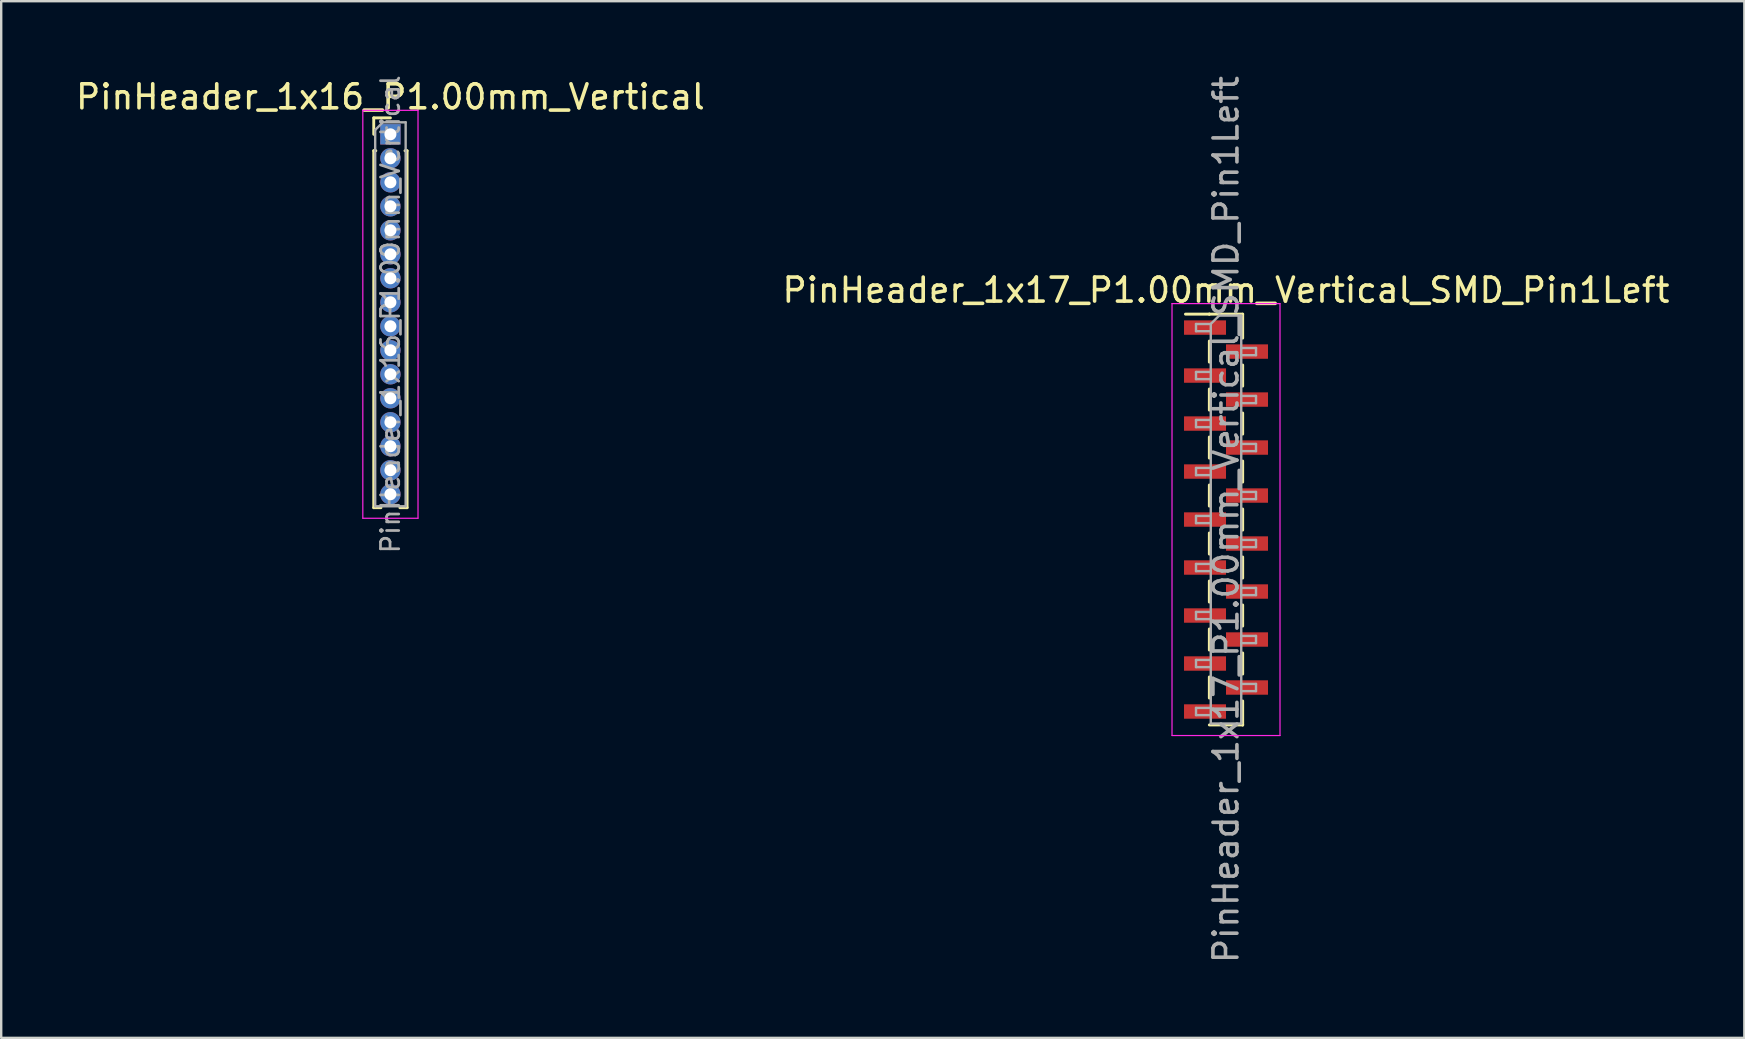
<source format=kicad_pcb>
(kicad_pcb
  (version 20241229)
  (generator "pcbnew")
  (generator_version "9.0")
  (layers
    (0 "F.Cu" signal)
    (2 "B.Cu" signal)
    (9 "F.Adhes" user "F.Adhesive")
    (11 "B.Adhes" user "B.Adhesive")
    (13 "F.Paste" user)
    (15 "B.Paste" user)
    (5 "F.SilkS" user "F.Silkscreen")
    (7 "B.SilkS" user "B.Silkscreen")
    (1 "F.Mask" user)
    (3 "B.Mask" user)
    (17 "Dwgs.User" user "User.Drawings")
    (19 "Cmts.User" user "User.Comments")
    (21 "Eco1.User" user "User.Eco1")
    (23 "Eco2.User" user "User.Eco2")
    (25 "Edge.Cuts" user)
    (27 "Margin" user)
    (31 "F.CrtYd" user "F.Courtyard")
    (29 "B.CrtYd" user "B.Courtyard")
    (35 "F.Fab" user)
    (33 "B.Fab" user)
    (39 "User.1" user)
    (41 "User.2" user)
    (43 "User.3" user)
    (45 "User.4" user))
  (footprint "PinHeader_1x17_P1.00mm_Vertical_SMD_Pin1Left"
    (layer "F.Cu")
    (at 48.042 18.601)
    (property "Reference" "PinHeader_1x17_P1.00mm_Vertical_SMD_Pin1Left" (at 0 -9.56 0) (layer "F.SilkS") (effects (font (size 1 1) (thickness 0.15))))
    (attr smd)
    (fp_line (start -0.695 -8.56) (end -1.69 -8.56) (stroke (width 0.12) (type solid)) (layer "F.SilkS"))
    (fp_line (start -0.695 -8.56) (end -0.695 -8.56) (stroke (width 0.12) (type solid)) (layer "F.SilkS"))
    (fp_line (start -0.695 -8.56) (end 0.695 -8.56) (stroke (width 0.12) (type solid)) (layer "F.SilkS"))
    (fp_line (start -0.695 -7.44) (end -0.695 -6.56) (stroke (width 0.12) (type solid)) (layer "F.SilkS"))
    (fp_line (start -0.695 -5.44) (end -0.695 -4.56) (stroke (width 0.12) (type solid)) (layer "F.SilkS"))
    (fp_line (start -0.695 -3.44) (end -0.695 -2.56) (stroke (width 0.12) (type solid)) (layer "F.SilkS"))
    (fp_line (start -0.695 -1.44) (end -0.695 -0.56) (stroke (width 0.12) (type solid)) (layer "F.SilkS"))
    (fp_line (start -0.695 0.56) (end -0.695 1.44) (stroke (width 0.12) (type solid)) (layer "F.SilkS"))
    (fp_line (start -0.695 2.56) (end -0.695 3.44) (stroke (width 0.12) (type solid)) (layer "F.SilkS"))
    (fp_line (start -0.695 4.56) (end -0.695 5.44) (stroke (width 0.12) (type solid)) (layer "F.SilkS"))
    (fp_line (start -0.695 6.56) (end -0.695 7.44) (stroke (width 0.12) (type solid)) (layer "F.SilkS"))
    (fp_line (start -0.695 8.56) (end 0.695 8.56) (stroke (width 0.12) (type solid)) (layer "F.SilkS"))
    (fp_line (start 0.695 -8.56) (end 0.695 -7.56) (stroke (width 0.12) (type solid)) (layer "F.SilkS"))
    (fp_line (start 0.695 -6.44) (end 0.695 -5.56) (stroke (width 0.12) (type solid)) (layer "F.SilkS"))
    (fp_line (start 0.695 -4.44) (end 0.695 -3.56) (stroke (width 0.12) (type solid)) (layer "F.SilkS"))
    (fp_line (start 0.695 -2.44) (end 0.695 -1.56) (stroke (width 0.12) (type solid)) (layer "F.SilkS"))
    (fp_line (start 0.695 -0.44) (end 0.695 0.44) (stroke (width 0.12) (type solid)) (layer "F.SilkS"))
    (fp_line (start 0.695 1.56) (end 0.695 2.44) (stroke (width 0.12) (type solid)) (layer "F.SilkS"))
    (fp_line (start 0.695 3.56) (end 0.695 4.44) (stroke (width 0.12) (type solid)) (layer "F.SilkS"))
    (fp_line (start 0.695 5.56) (end 0.695 6.44) (stroke (width 0.12) (type solid)) (layer "F.SilkS"))
    (fp_line (start 0.695 7.56) (end 0.695 8.56) (stroke (width 0.12) (type solid)) (layer "F.SilkS"))
    (fp_line (start 0.695 8.56) (end 0.695 8.56) (stroke (width 0.12) (type solid)) (layer "F.SilkS"))
    (fp_line (start -2.25 -9) (end -2.25 9) (stroke (width 0.05) (type solid)) (layer "F.CrtYd"))
    (fp_line (start -2.25 9) (end 2.25 9) (stroke (width 0.05) (type solid)) (layer "F.CrtYd"))
    (fp_line (start 2.25 -9) (end -2.25 -9) (stroke (width 0.05) (type solid)) (layer "F.CrtYd"))
    (fp_line (start 2.25 9) (end 2.25 -9) (stroke (width 0.05) (type solid)) (layer "F.CrtYd"))
    (fp_line (start -1.25 -8.15) (end -1.25 -7.85) (stroke (width 0.1) (type solid)) (layer "F.Fab"))
    (fp_line (start -1.25 -7.85) (end -0.635 -7.85) (stroke (width 0.1) (type solid)) (layer "F.Fab"))
    (fp_line (start -1.25 -6.15) (end -1.25 -5.85) (stroke (width 0.1) (type solid)) (layer "F.Fab"))
    (fp_line (start -1.25 -5.85) (end -0.635 -5.85) (stroke (width 0.1) (type solid)) (layer "F.Fab"))
    (fp_line (start -1.25 -4.15) (end -1.25 -3.85) (stroke (width 0.1) (type solid)) (layer "F.Fab"))
    (fp_line (start -1.25 -3.85) (end -0.635 -3.85) (stroke (width 0.1) (type solid)) (layer "F.Fab"))
    (fp_line (start -1.25 -2.15) (end -1.25 -1.85) (stroke (width 0.1) (type solid)) (layer "F.Fab"))
    (fp_line (start -1.25 -1.85) (end -0.635 -1.85) (stroke (width 0.1) (type solid)) (layer "F.Fab"))
    (fp_line (start -1.25 -0.15) (end -1.25 0.15) (stroke (width 0.1) (type solid)) (layer "F.Fab"))
    (fp_line (start -1.25 0.15) (end -0.635 0.15) (stroke (width 0.1) (type solid)) (layer "F.Fab"))
    (fp_line (start -1.25 1.85) (end -1.25 2.15) (stroke (width 0.1) (type solid)) (layer "F.Fab"))
    (fp_line (start -1.25 2.15) (end -0.635 2.15) (stroke (width 0.1) (type solid)) (layer "F.Fab"))
    (fp_line (start -1.25 3.85) (end -1.25 4.15) (stroke (width 0.1) (type solid)) (layer "F.Fab"))
    (fp_line (start -1.25 4.15) (end -0.635 4.15) (stroke (width 0.1) (type solid)) (layer "F.Fab"))
    (fp_line (start -1.25 5.85) (end -1.25 6.15) (stroke (width 0.1) (type solid)) (layer "F.Fab"))
    (fp_line (start -1.25 6.15) (end -0.635 6.15) (stroke (width 0.1) (type solid)) (layer "F.Fab"))
    (fp_line (start -1.25 7.85) (end -1.25 8.15) (stroke (width 0.1) (type solid)) (layer "F.Fab"))
    (fp_line (start -1.25 8.15) (end -0.635 8.15) (stroke (width 0.1) (type solid)) (layer "F.Fab"))
    (fp_line (start -0.635 -8.15) (end -1.25 -8.15) (stroke (width 0.1) (type solid)) (layer "F.Fab"))
    (fp_line (start -0.635 -8.15) (end -0.285 -8.5) (stroke (width 0.1) (type solid)) (layer "F.Fab"))
    (fp_line (start -0.635 -6.15) (end -1.25 -6.15) (stroke (width 0.1) (type solid)) (layer "F.Fab"))
    (fp_line (start -0.635 -4.15) (end -1.25 -4.15) (stroke (width 0.1) (type solid)) (layer "F.Fab"))
    (fp_line (start -0.635 -2.15) (end -1.25 -2.15) (stroke (width 0.1) (type solid)) (layer "F.Fab"))
    (fp_line (start -0.635 -0.15) (end -1.25 -0.15) (stroke (width 0.1) (type solid)) (layer "F.Fab"))
    (fp_line (start -0.635 1.85) (end -1.25 1.85) (stroke (width 0.1) (type solid)) (layer "F.Fab"))
    (fp_line (start -0.635 3.85) (end -1.25 3.85) (stroke (width 0.1) (type solid)) (layer "F.Fab"))
    (fp_line (start -0.635 5.85) (end -1.25 5.85) (stroke (width 0.1) (type solid)) (layer "F.Fab"))
    (fp_line (start -0.635 7.85) (end -1.25 7.85) (stroke (width 0.1) (type solid)) (layer "F.Fab"))
    (fp_line (start -0.635 8.5) (end -0.635 -8.15) (stroke (width 0.1) (type solid)) (layer "F.Fab"))
    (fp_line (start -0.285 -8.5) (end 0.635 -8.5) (stroke (width 0.1) (type solid)) (layer "F.Fab"))
    (fp_line (start 0.635 -8.5) (end 0.635 8.5) (stroke (width 0.1) (type solid)) (layer "F.Fab"))
    (fp_line (start 0.635 -7.15) (end 1.25 -7.15) (stroke (width 0.1) (type solid)) (layer "F.Fab"))
    (fp_line (start 0.635 -5.15) (end 1.25 -5.15) (stroke (width 0.1) (type solid)) (layer "F.Fab"))
    (fp_line (start 0.635 -3.15) (end 1.25 -3.15) (stroke (width 0.1) (type solid)) (layer "F.Fab"))
    (fp_line (start 0.635 -1.15) (end 1.25 -1.15) (stroke (width 0.1) (type solid)) (layer "F.Fab"))
    (fp_line (start 0.635 0.85) (end 1.25 0.85) (stroke (width 0.1) (type solid)) (layer "F.Fab"))
    (fp_line (start 0.635 2.85) (end 1.25 2.85) (stroke (width 0.1) (type solid)) (layer "F.Fab"))
    (fp_line (start 0.635 4.85) (end 1.25 4.85) (stroke (width 0.1) (type solid)) (layer "F.Fab"))
    (fp_line (start 0.635 6.85) (end 1.25 6.85) (stroke (width 0.1) (type solid)) (layer "F.Fab"))
    (fp_line (start 0.635 8.5) (end -0.635 8.5) (stroke (width 0.1) (type solid)) (layer "F.Fab"))
    (fp_line (start 1.25 -7.15) (end 1.25 -6.85) (stroke (width 0.1) (type solid)) (layer "F.Fab"))
    (fp_line (start 1.25 -6.85) (end 0.635 -6.85) (stroke (width 0.1) (type solid)) (layer "F.Fab"))
    (fp_line (start 1.25 -5.15) (end 1.25 -4.85) (stroke (width 0.1) (type solid)) (layer "F.Fab"))
    (fp_line (start 1.25 -4.85) (end 0.635 -4.85) (stroke (width 0.1) (type solid)) (layer "F.Fab"))
    (fp_line (start 1.25 -3.15) (end 1.25 -2.85) (stroke (width 0.1) (type solid)) (layer "F.Fab"))
    (fp_line (start 1.25 -2.85) (end 0.635 -2.85) (stroke (width 0.1) (type solid)) (layer "F.Fab"))
    (fp_line (start 1.25 -1.15) (end 1.25 -0.85) (stroke (width 0.1) (type solid)) (layer "F.Fab"))
    (fp_line (start 1.25 -0.85) (end 0.635 -0.85) (stroke (width 0.1) (type solid)) (layer "F.Fab"))
    (fp_line (start 1.25 0.85) (end 1.25 1.15) (stroke (width 0.1) (type solid)) (layer "F.Fab"))
    (fp_line (start 1.25 1.15) (end 0.635 1.15) (stroke (width 0.1) (type solid)) (layer "F.Fab"))
    (fp_line (start 1.25 2.85) (end 1.25 3.15) (stroke (width 0.1) (type solid)) (layer "F.Fab"))
    (fp_line (start 1.25 3.15) (end 0.635 3.15) (stroke (width 0.1) (type solid)) (layer "F.Fab"))
    (fp_line (start 1.25 4.85) (end 1.25 5.15) (stroke (width 0.1) (type solid)) (layer "F.Fab"))
    (fp_line (start 1.25 5.15) (end 0.635 5.15) (stroke (width 0.1) (type solid)) (layer "F.Fab"))
    (fp_line (start 1.25 6.85) (end 1.25 7.15) (stroke (width 0.1) (type solid)) (layer "F.Fab"))
    (fp_line (start 1.25 7.15) (end 0.635 7.15) (stroke (width 0.1) (type solid)) (layer "F.Fab"))
    (fp_text user "${REFERENCE}" (at 0 0 90) (layer "F.Fab") (effects (font (size 1 1) (thickness 0.15))))
    (pad "1" smd rect (at -0.875 -8) (size 1.75 0.6) (layers "F.Cu" "F.Mask" "F.Paste"))
    (pad "2" smd rect (at 0.875 -7) (size 1.75 0.6) (layers "F.Cu" "F.Mask" "F.Paste"))
    (pad "3" smd rect (at -0.875 -6) (size 1.75 0.6) (layers "F.Cu" "F.Mask" "F.Paste"))
    (pad "4" smd rect (at 0.875 -5) (size 1.75 0.6) (layers "F.Cu" "F.Mask" "F.Paste"))
    (pad "5" smd rect (at -0.875 -4) (size 1.75 0.6) (layers "F.Cu" "F.Mask" "F.Paste"))
    (pad "6" smd rect (at 0.875 -3) (size 1.75 0.6) (layers "F.Cu" "F.Mask" "F.Paste"))
    (pad "7" smd rect (at -0.875 -2) (size 1.75 0.6) (layers "F.Cu" "F.Mask" "F.Paste"))
    (pad "8" smd rect (at 0.875 -1) (size 1.75 0.6) (layers "F.Cu" "F.Mask" "F.Paste"))
    (pad "9" smd rect (at -0.875 0) (size 1.75 0.6) (layers "F.Cu" "F.Mask" "F.Paste"))
    (pad "10" smd rect (at 0.875 1) (size 1.75 0.6) (layers "F.Cu" "F.Mask" "F.Paste"))
    (pad "11" smd rect (at -0.875 2) (size 1.75 0.6) (layers "F.Cu" "F.Mask" "F.Paste"))
    (pad "12" smd rect (at 0.875 3) (size 1.75 0.6) (layers "F.Cu" "F.Mask" "F.Paste"))
    (pad "13" smd rect (at -0.875 4) (size 1.75 0.6) (layers "F.Cu" "F.Mask" "F.Paste"))
    (pad "14" smd rect (at 0.875 5) (size 1.75 0.6) (layers "F.Cu" "F.Mask" "F.Paste"))
    (pad "15" smd rect (at -0.875 6) (size 1.75 0.6) (layers "F.Cu" "F.Mask" "F.Paste"))
    (pad "16" smd rect (at 0.875 7) (size 1.75 0.6) (layers "F.Cu" "F.Mask" "F.Paste"))
    (pad "17" smd rect (at -0.875 8) (size 1.75 0.6) (layers "F.Cu" "F.Mask" "F.Paste")))
  (footprint "PinHeader_1x16_P1.00mm_Vertical"
    (layer "F.Cu")
    (at 13.22 2.547)
    (property "Reference" "PinHeader_1x16_P1.00mm_Vertical" (at 0 -1.56 0) (layer "F.SilkS") (effects (font (size 1 1) (thickness 0.15))))
    (attr through_hole)
    (fp_line (start -0.695 -0.685) (end 0 -0.685) (stroke (width 0.12) (type solid)) (layer "F.SilkS"))
    (fp_line (start -0.695 0) (end -0.695 -0.685) (stroke (width 0.12) (type solid)) (layer "F.SilkS"))
    (fp_line (start -0.695 0.685) (end -0.695 15.56) (stroke (width 0.12) (type solid)) (layer "F.SilkS"))
    (fp_line (start -0.695 0.685) (end -0.608 0.685) (stroke (width 0.12) (type solid)) (layer "F.SilkS"))
    (fp_line (start -0.695 15.56) (end -0.394 15.56) (stroke (width 0.12) (type solid)) (layer "F.SilkS"))
    (fp_line (start 0.394 15.56) (end 0.695 15.56) (stroke (width 0.12) (type solid)) (layer "F.SilkS"))
    (fp_line (start 0.608 0.685) (end 0.695 0.685) (stroke (width 0.12) (type solid)) (layer "F.SilkS"))
    (fp_line (start 0.695 0.685) (end 0.695 15.56) (stroke (width 0.12) (type solid)) (layer "F.SilkS"))
    (fp_line (start -1.15 -1) (end -1.15 16) (stroke (width 0.05) (type solid)) (layer "F.CrtYd"))
    (fp_line (start -1.15 16) (end 1.15 16) (stroke (width 0.05) (type solid)) (layer "F.CrtYd"))
    (fp_line (start 1.15 -1) (end -1.15 -1) (stroke (width 0.05) (type solid)) (layer "F.CrtYd"))
    (fp_line (start 1.15 16) (end 1.15 -1) (stroke (width 0.05) (type solid)) (layer "F.CrtYd"))
    (fp_line (start -0.635 -0.182) (end -0.318 -0.5) (stroke (width 0.1) (type solid)) (layer "F.Fab"))
    (fp_line (start -0.635 15.5) (end -0.635 -0.182) (stroke (width 0.1) (type solid)) (layer "F.Fab"))
    (fp_line (start -0.318 -0.5) (end 0.635 -0.5) (stroke (width 0.1) (type solid)) (layer "F.Fab"))
    (fp_line (start 0.635 -0.5) (end 0.635 15.5) (stroke (width 0.1) (type solid)) (layer "F.Fab"))
    (fp_line (start 0.635 15.5) (end -0.635 15.5) (stroke (width 0.1) (type solid)) (layer "F.Fab"))
    (fp_text user "${REFERENCE}" (at 0 7.5 90) (layer "F.Fab") (effects (font (size 0.76 0.76) (thickness 0.114))))
    (pad "1" thru_hole rect (at 0 0) (size 0.85 0.85) (drill 0.5) (layers "*.Cu" "*.Mask"))
    (pad "2" thru_hole oval (at 0 1) (size 0.85 0.85) (drill 0.5) (layers "*.Cu" "*.Mask"))
    (pad "3" thru_hole oval (at 0 2) (size 0.85 0.85) (drill 0.5) (layers "*.Cu" "*.Mask"))
    (pad "4" thru_hole oval (at 0 3) (size 0.85 0.85) (drill 0.5) (layers "*.Cu" "*.Mask"))
    (pad "5" thru_hole oval (at 0 4) (size 0.85 0.85) (drill 0.5) (layers "*.Cu" "*.Mask"))
    (pad "6" thru_hole oval (at 0 5) (size 0.85 0.85) (drill 0.5) (layers "*.Cu" "*.Mask"))
    (pad "7" thru_hole oval (at 0 6) (size 0.85 0.85) (drill 0.5) (layers "*.Cu" "*.Mask"))
    (pad "8" thru_hole oval (at 0 7) (size 0.85 0.85) (drill 0.5) (layers "*.Cu" "*.Mask"))
    (pad "9" thru_hole oval (at 0 8) (size 0.85 0.85) (drill 0.5) (layers "*.Cu" "*.Mask"))
    (pad "10" thru_hole oval (at 0 9) (size 0.85 0.85) (drill 0.5) (layers "*.Cu" "*.Mask"))
    (pad "11" thru_hole oval (at 0 10) (size 0.85 0.85) (drill 0.5) (layers "*.Cu" "*.Mask"))
    (pad "12" thru_hole oval (at 0 11) (size 0.85 0.85) (drill 0.5) (layers "*.Cu" "*.Mask"))
    (pad "13" thru_hole oval (at 0 12) (size 0.85 0.85) (drill 0.5) (layers "*.Cu" "*.Mask"))
    (pad "14" thru_hole oval (at 0 13) (size 0.85 0.85) (drill 0.5) (layers "*.Cu" "*.Mask"))
    (pad "15" thru_hole oval (at 0 14) (size 0.85 0.85) (drill 0.5) (layers "*.Cu" "*.Mask"))
    (pad "16" thru_hole oval (at 0 15) (size 0.85 0.85) (drill 0.5) (layers "*.Cu" "*.Mask")))
  (gr_rect
    (start -3 -3)
    (end 69.643 40.202)
    (stroke (width 0.1) (type default))
    (fill no)
    (layer "Edge.Cuts")))
</source>
